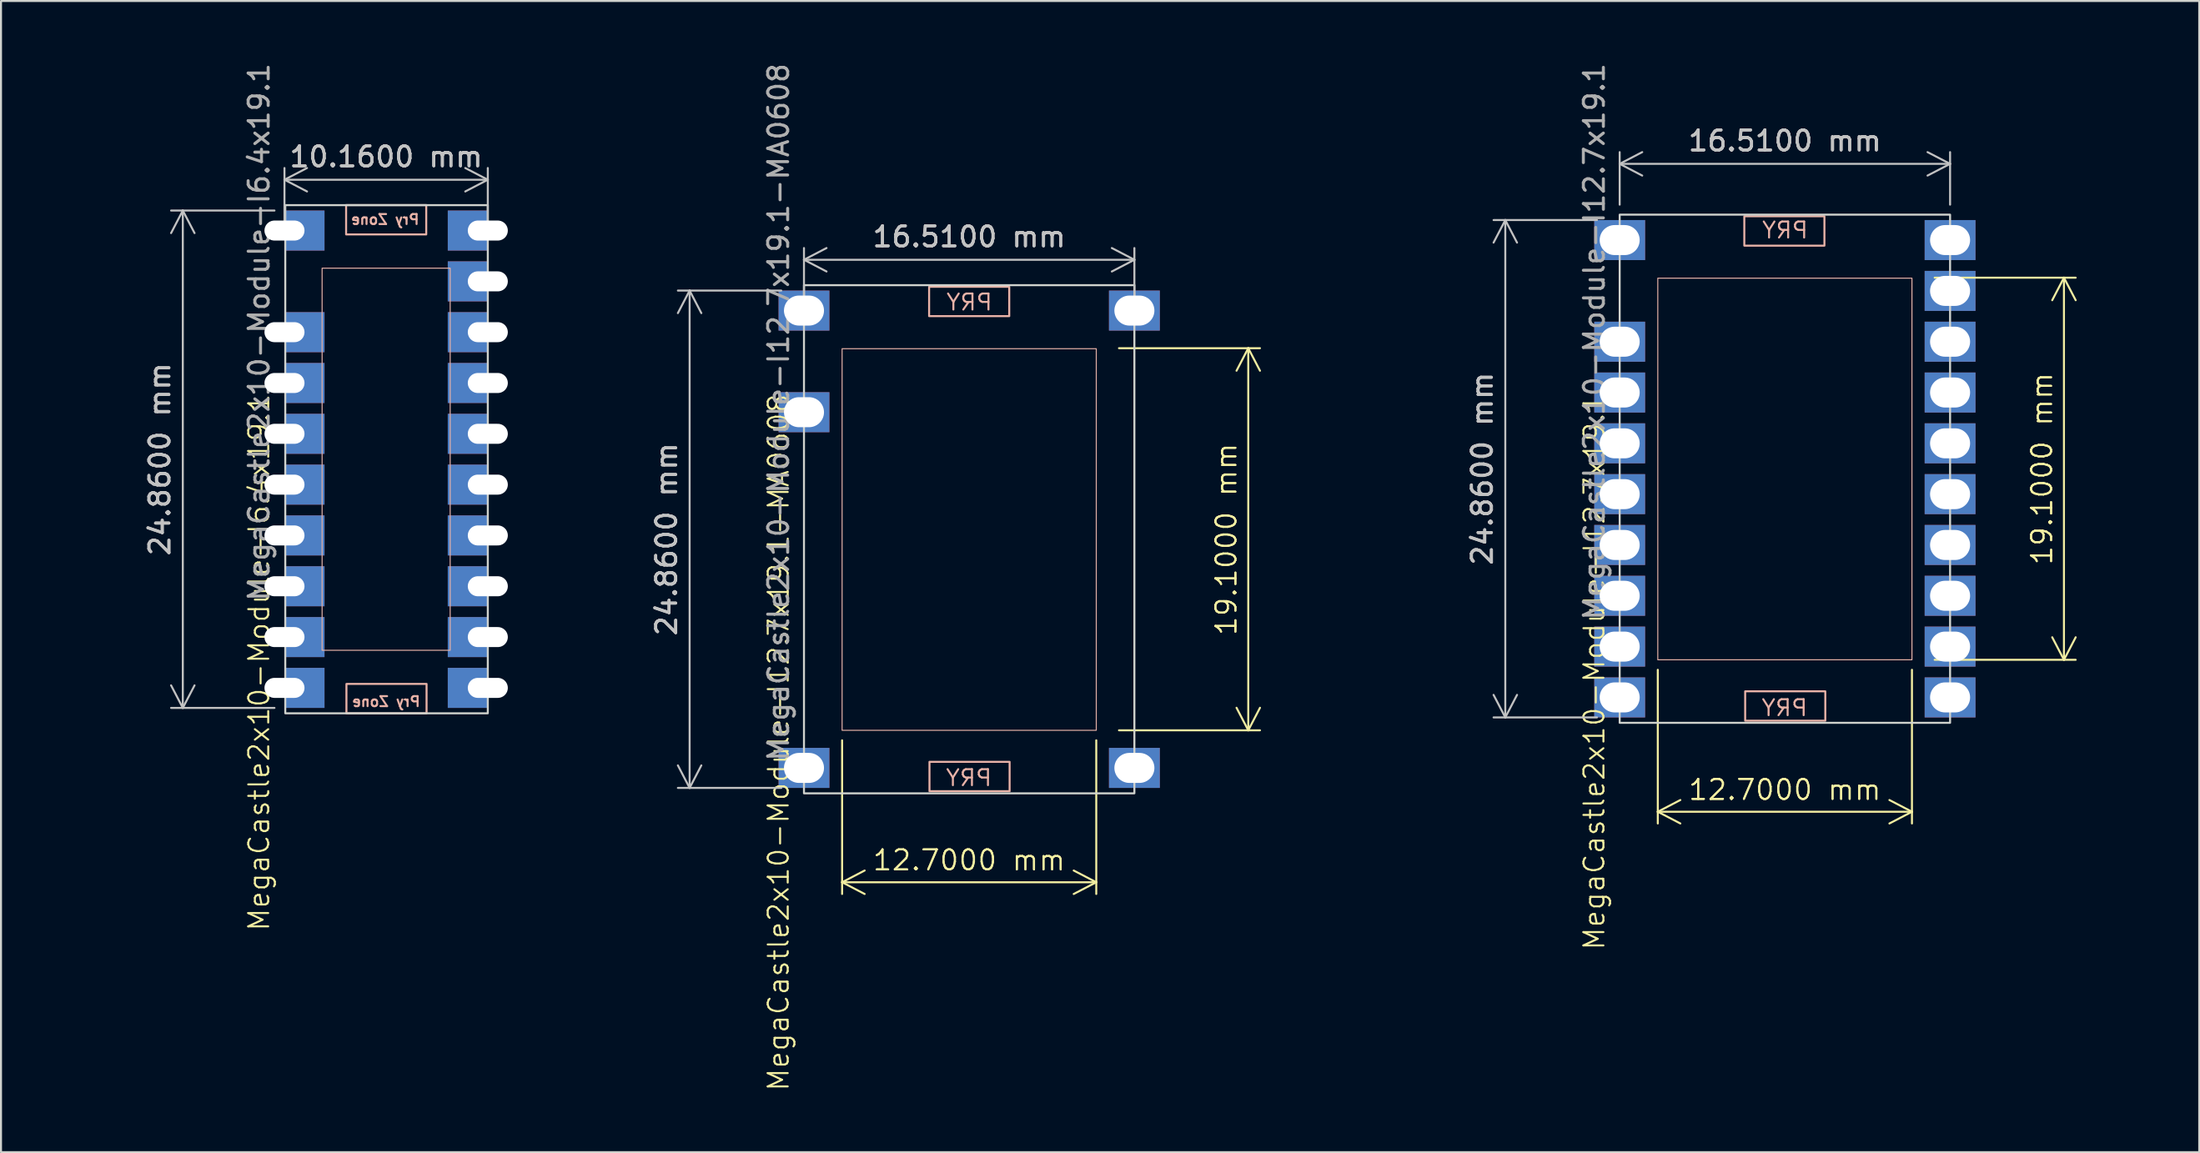
<source format=kicad_pcb>
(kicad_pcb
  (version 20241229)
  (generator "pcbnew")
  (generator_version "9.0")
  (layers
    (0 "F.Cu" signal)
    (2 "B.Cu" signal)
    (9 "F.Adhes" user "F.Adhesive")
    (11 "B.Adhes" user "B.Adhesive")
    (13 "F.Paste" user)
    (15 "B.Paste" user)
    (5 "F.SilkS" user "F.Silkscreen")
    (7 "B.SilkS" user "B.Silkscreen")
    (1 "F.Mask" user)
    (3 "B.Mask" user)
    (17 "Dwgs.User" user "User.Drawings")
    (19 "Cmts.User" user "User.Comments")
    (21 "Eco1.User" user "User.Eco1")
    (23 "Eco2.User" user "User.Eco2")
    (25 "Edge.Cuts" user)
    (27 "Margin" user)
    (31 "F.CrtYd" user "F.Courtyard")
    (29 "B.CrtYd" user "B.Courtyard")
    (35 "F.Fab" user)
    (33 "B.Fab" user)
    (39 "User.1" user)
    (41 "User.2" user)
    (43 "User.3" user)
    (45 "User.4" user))
  (footprint "MegaCastle2x10-Module-I12.7x19.1"
    (layer "F.Cu")
    (at 86.138 20.38)
    (property "Reference" "MegaCastle2x10-Module-I12.7x19.1" (at -9.525 10.16 90) (unlocked yes) (layer "F.SilkS") (effects (font (size 1 1) (thickness 0.1))))
    (attr smd)
    (fp_rect (start -6.35 9.55) (end 6.35 -9.525) (stroke (width 0.05) (type default)) (fill no) (layer "B.SilkS"))
    (fp_rect (start -2.027 -12.619) (end 1.976 -11.151) (stroke (width 0.1) (type default)) (fill no) (layer "B.SilkS"))
    (fp_rect (start -1.984 11.125) (end 2.02 12.594) (stroke (width 0.1) (type default)) (fill no) (layer "B.SilkS"))
    (fp_rect (start -8.255 -12.7) (end 8.255 12.7) (stroke (width 0.1) (type default)) (fill no) (layer "Edge.Cuts"))
    (fp_text user "PRY" (at 1.219 -11.455 0) (unlocked yes) (layer "B.SilkS") (effects (font (size 0.8 0.8) (thickness 0.1)) (justify left bottom mirror)))
    (fp_text user "PRY" (at 1.194 12.421 0) (unlocked yes) (layer "B.SilkS") (effects (font (size 0.8 0.8) (thickness 0.1)) (justify left bottom mirror)))
    (fp_text user "${REFERENCE}" (at -9.525 -6.35 90) (unlocked yes) (layer "F.Fab") (effects (font (size 1 1) (thickness 0.15))))
    (dimension (type aligned) (layer "F.SilkS") (pts (xy 79.788 29.93) (xy 92.488 29.93)) (height 7.595) (format (prefix "") (suffix "") (units 3) (units_format 1) (precision 4)) (style (thickness 0.1) (arrow_length 1.27) (text_position_mode 0) (arrow_direction outward) (extension_height 0.586) (extension_offset 0.5) (keep_text_aligned yes)) (gr_text "12.7000 mm" (at 86.138 36.425 0) (layer "F.SilkS") (effects (font (size 1 1) (thickness 0.1)))))
    (dimension (type aligned) (layer "F.SilkS") (pts (xy 93.123 29.93) (xy 93.123 10.83)) (height 6.96) (format (prefix "") (suffix "") (units 3) (units_format 1) (precision 4)) (style (thickness 0.1) (arrow_length 1.27) (text_position_mode 0) (arrow_direction outward) (extension_height 0.586) (extension_offset 0.5) (keep_text_aligned yes)) (gr_text "19.1000 mm" (at 98.983 20.38 90) (layer "F.SilkS") (effects (font (size 1 1) (thickness 0.1)))))
    (dimension (type aligned) (layer "Dwgs.User") (pts (xy 77.248 7.95) (xy 77.248 32.81)) (height 5.08) (format (prefix "") (suffix "") (units 3) (units_format 1) (precision 4)) (style (thickness 0.1) (arrow_length 1.27) (text_position_mode 0) (arrow_direction outward) (extension_height 0.586) (extension_offset 0.5) (keep_text_aligned yes)) (gr_text "24.8600 mm" (at 71.018 20.38 90) (layer "Dwgs.User") (effects (font (size 1 1) (thickness 0.15)))))
    (dimension (type aligned) (layer "Dwgs.User") (pts (xy 77.883 7.68) (xy 94.393 7.68)) (height -2.54) (format (prefix "") (suffix "") (units 3) (units_format 1) (precision 4)) (style (thickness 0.1) (arrow_length 1.27) (text_position_mode 0) (arrow_direction outward) (extension_height 0.586) (extension_offset 0.5) (keep_text_aligned yes)) (gr_text "16.5100 mm" (at 86.138 3.99 0) (layer "Dwgs.User") (effects (font (size 1 1) (thickness 0.15)))))
    (pad "1" thru_hole rect (at -8.255 -11.43) (size 2.54 2) (drill oval 2 1.5) (property pad_prop_castellated) (layers "*.Cu" "*.Mask"))
    (pad "3" thru_hole rect (at -8.255 -6.35) (size 2.54 2) (drill oval 2 1.5) (property pad_prop_castellated) (layers "*.Cu" "*.Mask"))
    (pad "4" thru_hole rect (at -8.255 -3.81) (size 2.54 2) (drill oval 2 1.5) (property pad_prop_castellated) (layers "*.Cu" "*.Mask"))
    (pad "5" thru_hole rect (at -8.255 -1.27) (size 2.54 2) (drill oval 2 1.5) (property pad_prop_castellated) (layers "*.Cu" "*.Mask"))
    (pad "6" thru_hole rect (at -8.255 1.27) (size 2.54 2) (drill oval 2 1.5) (property pad_prop_castellated) (layers "*.Cu" "*.Mask"))
    (pad "7" thru_hole rect (at -8.255 3.81) (size 2.54 2) (drill oval 2 1.5) (property pad_prop_castellated) (layers "*.Cu" "*.Mask"))
    (pad "8" thru_hole rect (at -8.255 6.35) (size 2.54 2) (drill oval 2 1.5) (property pad_prop_castellated) (layers "*.Cu" "*.Mask"))
    (pad "9" thru_hole rect (at -8.255 8.89) (size 2.54 2) (drill oval 2 1.5) (property pad_prop_castellated) (layers "*.Cu" "*.Mask"))
    (pad "10" thru_hole rect (at -8.255 11.43) (size 2.54 2) (drill oval 2 1.5) (property pad_prop_castellated) (layers "*.Cu" "*.Mask"))
    (pad "11" thru_hole rect (at 8.255 -11.43) (size 2.54 2) (drill oval 2 1.5) (property pad_prop_castellated) (layers "*.Cu" "*.Mask"))
    (pad "12" thru_hole rect (at 8.255 -8.89) (size 2.54 2) (drill oval 2 1.5) (property pad_prop_castellated) (layers "*.Cu" "*.Mask"))
    (pad "13" thru_hole rect (at 8.255 -6.35) (size 2.54 2) (drill oval 2 1.5) (property pad_prop_castellated) (layers "*.Cu" "*.Mask"))
    (pad "14" thru_hole rect (at 8.255 -3.81) (size 2.54 2) (drill oval 2 1.5) (property pad_prop_castellated) (layers "*.Cu" "*.Mask"))
    (pad "15" thru_hole rect (at 8.255 -1.27) (size 2.54 2) (drill oval 2 1.5) (property pad_prop_castellated) (layers "*.Cu" "*.Mask"))
    (pad "16" thru_hole rect (at 8.255 1.27) (size 2.54 2) (drill oval 2 1.5) (property pad_prop_castellated) (layers "*.Cu" "*.Mask"))
    (pad "17" thru_hole rect (at 8.255 3.81) (size 2.54 2) (drill oval 2 1.5) (property pad_prop_castellated) (layers "*.Cu" "*.Mask"))
    (pad "18" thru_hole rect (at 8.255 6.35) (size 2.54 2) (drill oval 2 1.5) (property pad_prop_castellated) (layers "*.Cu" "*.Mask"))
    (pad "19" thru_hole rect (at 8.255 8.89) (size 2.54 2) (drill oval 2 1.5) (property pad_prop_castellated) (layers "*.Cu" "*.Mask"))
    (pad "20" thru_hole rect (at 8.255 11.43) (size 2.54 2) (drill oval 2 1.5) (property pad_prop_castellated) (layers "*.Cu" "*.Mask"))
    (zone (net_name "") (layer "B.Cu") (hatch edge 0.5) (connect_pads) (min_thickness 0.25) (filled_areas_thickness no) (keepout (tracks allowed) (vias allowed) (pads allowed) (copperpour allowed) (footprints not_allowed)) (placement (enabled no)) (fill) (polygon (pts (xy 75.978 33.08) (xy 75.978 7.68) (xy 79.788 7.68) (xy 79.788 33.08))))
    (zone (net_name "") (layer "B.Cu") (name "Upper Pry Zone") (hatch edge 0.5) (connect_pads) (min_thickness 0.25) (filled_areas_thickness no) (keepout (tracks not_allowed) (vias not_allowed) (pads not_allowed) (copperpour allowed) (footprints not_allowed)) (placement (enabled no)) (fill) (polygon (pts (xy 84.14 9.138) (xy 84.137 7.675) (xy 88.143 7.68) (xy 88.13 9.141))))
    (zone (net_name "") (layer "B.Cu") (name "Lower Pry Zone") (hatch edge 0.5) (connect_pads) (min_thickness 0.25) (filled_areas_thickness no) (keepout (tracks not_allowed) (vias not_allowed) (pads not_allowed) (copperpour allowed) (footprints not_allowed)) (placement (enabled no)) (fill) (polygon (pts (xy 84.147 33.017) (xy 84.144 31.554) (xy 88.15 31.56) (xy 88.137 33.02))))
    (zone (net_name "") (layer "B.Cu") (hatch edge 0.5) (connect_pads) (min_thickness 0.25) (filled_areas_thickness no) (keepout (tracks allowed) (vias allowed) (pads allowed) (copperpour allowed) (footprints not_allowed)) (placement (enabled no)) (fill) (polygon (pts (xy 96.298 33.08) (xy 96.298 7.68) (xy 92.488 7.68) (xy 92.488 33.08))))
    (zone (net_name "") (layer "B.Cu") (hatch edge 0.5) (connect_pads) (min_thickness 0.25) (filled_areas_thickness no) (keepout (tracks allowed) (vias allowed) (pads allowed) (copperpour allowed) (footprints not_allowed)) (placement (enabled no)) (fill) (polygon (pts (xy 79.788 7.68) (xy 79.788 10.63) (xy 92.488 10.65) (xy 92.488 7.68) (xy 88.143 7.68) (xy 88.13 9.141) (xy 84.14 9.138) (xy 84.137 7.675))))
    (zone (net_name "") (layer "B.Cu") (hatch edge 0.5) (connect_pads) (min_thickness 0.25) (filled_areas_thickness no) (keepout (tracks allowed) (vias allowed) (pads allowed) (copperpour allowed) (footprints not_allowed)) (placement (enabled no)) (fill) (polygon (pts (xy 79.788 33.08) (xy 79.788 30.062) (xy 92.488 30.041) (xy 92.488 33.08) (xy 88.146 33.011) (xy 88.134 31.551) (xy 84.144 31.554) (xy 84.14 33.017)))))
  (footprint "MegaCastle2x10-Module-I12.7x19.1-MA0608"
    (layer "F.Cu")
    (at 45.379 23.904)
    (property "Reference" "MegaCastle2x10-Module-I12.7x19.1-MA0608" (at -9.525 10.16 90) (unlocked yes) (layer "F.SilkS") (effects (font (size 1 1) (thickness 0.1))))
    (attr smd)
    (fp_rect (start -6.35 9.55) (end 6.35 -9.525) (stroke (width 0.05) (type default)) (fill no) (layer "B.SilkS"))
    (fp_rect (start -2.002 -12.619) (end 2.002 -11.151) (stroke (width 0.1) (type default)) (fill no) (layer "B.SilkS"))
    (fp_rect (start -1.984 11.125) (end 2.02 12.594) (stroke (width 0.1) (type default)) (fill no) (layer "B.SilkS"))
    (fp_rect (start -8.255 -12.7) (end 8.255 12.7) (stroke (width 0.1) (type default)) (fill no) (layer "Edge.Cuts"))
    (fp_text user "PRY" (at 1.219 -11.379 0) (unlocked yes) (layer "B.SilkS") (effects (font (size 0.8 0.8) (thickness 0.1)) (justify left bottom mirror)))
    (fp_text user "PRY" (at 1.194 12.395 0) (unlocked yes) (layer "B.SilkS") (effects (font (size 0.8 0.8) (thickness 0.1)) (justify left bottom mirror)))
    (fp_text user "${REFERENCE}" (at -9.525 -6.35 90) (unlocked yes) (layer "F.Fab") (effects (font (size 1 1) (thickness 0.15))))
    (dimension (type aligned) (layer "F.SilkS") (pts (xy 39.029 33.454) (xy 51.729 33.454)) (height 7.595) (format (prefix "") (suffix "") (units 3) (units_format 1) (precision 4)) (style (thickness 0.1) (arrow_length 1.27) (text_position_mode 0) (arrow_direction outward) (extension_height 0.586) (extension_offset 0.5) (keep_text_aligned yes)) (gr_text "12.7000 mm" (at 45.379 39.949 0) (layer "F.SilkS") (effects (font (size 1 1) (thickness 0.1)))))
    (dimension (type aligned) (layer "F.SilkS") (pts (xy 52.364 33.454) (xy 52.364 14.354)) (height 6.96) (format (prefix "") (suffix "") (units 3) (units_format 1) (precision 4)) (style (thickness 0.1) (arrow_length 1.27) (text_position_mode 0) (arrow_direction outward) (extension_height 0.586) (extension_offset 0.5) (keep_text_aligned yes)) (gr_text "19.1000 mm" (at 58.224 23.904 90) (layer "F.SilkS") (effects (font (size 1 1) (thickness 0.1)))))
    (dimension (type aligned) (layer "Dwgs.User") (pts (xy 36.489 11.474) (xy 36.489 36.334)) (height 5.08) (format (prefix "") (suffix "") (units 3) (units_format 1) (precision 4)) (style (thickness 0.1) (arrow_length 1.27) (text_position_mode 0) (arrow_direction outward) (extension_height 0.586) (extension_offset 0.5) (keep_text_aligned yes)) (gr_text "24.8600 mm" (at 30.259 23.904 90) (layer "Dwgs.User") (effects (font (size 1 1) (thickness 0.15)))))
    (dimension (type aligned) (layer "Dwgs.User") (pts (xy 37.124 12.474) (xy 53.634 12.474)) (height -2.54) (format (prefix "") (suffix "") (units 3) (units_format 1) (precision 4)) (style (thickness 0.1) (arrow_length 1.27) (text_position_mode 0) (arrow_direction outward) (extension_height 0.586) (extension_offset 0.5) (keep_text_aligned yes)) (gr_text "16.5100 mm" (at 45.379 8.784 0) (layer "Dwgs.User") (effects (font (size 1 1) (thickness 0.15)))))
    (pad "1" thru_hole rect (at -8.255 -11.43) (size 2.54 2) (drill oval 2 1.5) (property pad_prop_castellated) (layers "*.Cu" "*.Mask"))
    (pad "3" thru_hole rect (at -8.255 -6.35) (size 2.54 2) (drill oval 2 1.5) (property pad_prop_castellated) (layers "*.Cu" "*.Mask"))
    (pad "10" thru_hole rect (at -8.255 11.43) (size 2.54 2) (drill oval 2 1.5) (property pad_prop_castellated) (layers "*.Cu" "*.Mask"))
    (pad "11" thru_hole rect (at 8.255 -11.43) (size 2.54 2) (drill oval 2 1.5) (property pad_prop_castellated) (layers "*.Cu" "*.Mask"))
    (pad "20" thru_hole rect (at 8.255 11.43) (size 2.54 2) (drill oval 2 1.5) (property pad_prop_castellated) (layers "*.Cu" "*.Mask"))
    (zone (net_name "") (layer "B.Cu") (hatch edge 0.5) (connect_pads) (min_thickness 0.25) (filled_areas_thickness no) (keepout (tracks allowed) (vias allowed) (pads allowed) (copperpour allowed) (footprints not_allowed)) (placement (enabled no)) (fill) (polygon (pts (xy 35.219 36.604) (xy 35.219 11.204) (xy 39.029 11.204) (xy 39.029 36.604))))
    (zone (net_name "") (layer "B.Cu") (name "Upper Pry Zone") (hatch edge 0.5) (connect_pads) (min_thickness 0.25) (filled_areas_thickness no) (keepout (tracks not_allowed) (vias not_allowed) (pads not_allowed) (copperpour allowed) (footprints not_allowed)) (placement (enabled no)) (fill) (polygon (pts (xy 43.381 12.662) (xy 43.378 11.198) (xy 47.384 11.204) (xy 47.371 12.665))))
    (zone (net_name "") (layer "B.Cu") (name "Lower Pry Zone") (hatch edge 0.5) (connect_pads) (min_thickness 0.25) (filled_areas_thickness no) (keepout (tracks not_allowed) (vias not_allowed) (pads not_allowed) (copperpour allowed) (footprints not_allowed)) (placement (enabled no)) (fill) (polygon (pts (xy 43.388 36.541) (xy 43.385 35.078) (xy 47.391 35.084) (xy 47.378 36.544))))
    (zone (net_name "") (layer "B.Cu") (hatch edge 0.5) (connect_pads) (min_thickness 0.25) (filled_areas_thickness no) (keepout (tracks allowed) (vias allowed) (pads allowed) (copperpour allowed) (footprints not_allowed)) (placement (enabled no)) (fill) (polygon (pts (xy 55.539 36.604) (xy 55.539 11.204) (xy 51.729 11.204) (xy 51.729 36.604))))
    (zone (net_name "") (layer "B.Cu") (hatch edge 0.5) (connect_pads) (min_thickness 0.25) (filled_areas_thickness no) (keepout (tracks allowed) (vias allowed) (pads allowed) (copperpour allowed) (footprints not_allowed)) (placement (enabled no)) (fill) (polygon (pts (xy 39.029 11.204) (xy 39.029 14.154) (xy 51.729 14.174) (xy 51.729 11.204) (xy 47.384 11.204) (xy 47.371 12.665) (xy 43.381 12.662) (xy 43.378 11.198))))
    (zone (net_name "") (layer "B.Cu") (hatch edge 0.5) (connect_pads) (min_thickness 0.25) (filled_areas_thickness no) (keepout (tracks allowed) (vias allowed) (pads allowed) (copperpour allowed) (footprints not_allowed)) (placement (enabled no)) (fill) (polygon (pts (xy 39.029 36.604) (xy 39.029 33.586) (xy 51.729 33.565) (xy 51.729 36.604) (xy 47.387 36.535) (xy 47.375 35.075) (xy 43.385 35.078) (xy 43.381 36.541)))))
  (footprint "MegaCastle2x10-Module-I6.4x19.1"
    (layer "F.Cu")
    (at 16.245 19.904)
    (property "Reference" "MegaCastle2x10-Module-I6.4x19.1" (at -6.35 10.16 90) (unlocked yes) (layer "F.SilkS") (effects (font (size 1 1) (thickness 0.1))))
    (attr smd)
    (fp_rect (start -3.2 9.55) (end 3.2 -9.55) (stroke (width 0.05) (type default)) (fill no) (layer "B.SilkS"))
    (fp_rect (start -2 -12.704) (end 2.004 -11.236) (stroke (width 0.1) (type default)) (fill no) (layer "B.SilkS"))
    (fp_rect (start -1.984 11.231) (end 2.02 12.7) (stroke (width 0.1) (type default)) (fill no) (layer "B.SilkS"))
    (fp_rect (start -5.04 -12.7) (end 5.08 12.7) (stroke (width 0.1) (type default)) (fill no) (layer "Edge.Cuts"))
    (fp_text user "Pry Zone" (at 1.705 -11.689 0) (unlocked yes) (layer "B.SilkS") (effects (font (size 0.5 0.5) (thickness 0.1)) (justify left bottom mirror)))
    (fp_text user "Pry Zone" (at 1.756 12.409 0) (unlocked yes) (layer "B.SilkS") (effects (font (size 0.5 0.5) (thickness 0.1)) (justify left bottom mirror)))
    (fp_text user "${REFERENCE}" (at -6.35 -6.35 90) (unlocked yes) (layer "F.Fab") (effects (font (size 1 1) (thickness 0.15))))
    (dimension (type aligned) (layer "Dwgs.User") (pts (xy 11.165 8.474) (xy 21.325 8.474)) (height -2.54) (format (prefix "") (suffix "") (units 3) (units_format 1) (precision 4)) (style (thickness 0.1) (arrow_length 1.27) (text_position_mode 0) (arrow_direction outward) (extension_height 0.586) (extension_offset 0.5) (keep_text_aligned yes)) (gr_text "10.1600 mm" (at 16.245 4.784 0) (layer "Dwgs.User") (effects (font (size 1 1) (thickness 0.15)))))
    (dimension (type aligned) (layer "Dwgs.User") (pts (xy 11.165 7.474) (xy 11.165 32.334)) (height 5.08) (format (prefix "") (suffix "") (units 3) (units_format 1) (precision 4)) (style (thickness 0.1) (arrow_length 1.27) (text_position_mode 0) (arrow_direction outward) (extension_height 0.586) (extension_offset 0.5) (keep_text_aligned yes)) (gr_text "24.8600 mm" (at 4.935 19.904 90) (layer "Dwgs.User") (effects (font (size 1 1) (thickness 0.15)))))
    (pad "1" thru_hole rect (at -5.08 -11.43) (size 2 2) (drill oval 2 1 (offset 1 0)) (property pad_prop_castellated) (layers "*.Cu" "*.Mask"))
    (pad "3" thru_hole rect (at -5.08 -6.35) (size 2 2) (drill oval 2 1 (offset 1 0)) (property pad_prop_castellated) (layers "*.Cu" "*.Mask"))
    (pad "4" thru_hole rect (at -5.08 -3.81) (size 2 2) (drill oval 2 1 (offset 1 0)) (property pad_prop_castellated) (layers "*.Cu" "*.Mask"))
    (pad "5" thru_hole rect (at -5.08 -1.27) (size 2 2) (drill oval 2 1 (offset 1 0)) (property pad_prop_castellated) (layers "*.Cu" "*.Mask"))
    (pad "6" thru_hole rect (at -5.08 1.27) (size 2 2) (drill oval 2 1 (offset 1 0)) (property pad_prop_castellated) (layers "*.Cu" "*.Mask"))
    (pad "7" thru_hole rect (at -5.08 3.81) (size 2 2) (drill oval 2 1 (offset 1 0)) (property pad_prop_castellated) (layers "*.Cu" "*.Mask"))
    (pad "8" thru_hole rect (at -5.08 6.35) (size 2 2) (drill oval 2 1 (offset 1 0)) (property pad_prop_castellated) (layers "*.Cu" "*.Mask"))
    (pad "9" thru_hole rect (at -5.08 8.89) (size 2 2) (drill oval 2 1 (offset 1 0)) (property pad_prop_castellated) (layers "*.Cu" "*.Mask"))
    (pad "10" thru_hole rect (at -5.08 11.43) (size 2 2) (drill oval 2 1 (offset 1 0)) (property pad_prop_castellated) (layers "*.Cu" "*.Mask"))
    (pad "11" thru_hole rect (at 5.08 -11.43) (size 2 2) (drill oval 2 1 (offset -1 0)) (property pad_prop_castellated) (layers "*.Cu" "*.Mask"))
    (pad "12" thru_hole rect (at 5.08 -8.89) (size 2 2) (drill oval 2 1 (offset -1 0)) (property pad_prop_castellated) (layers "*.Cu" "*.Mask"))
    (pad "13" thru_hole rect (at 5.08 -6.35) (size 2 2) (drill oval 2 1 (offset -1 0)) (property pad_prop_castellated) (layers "*.Cu" "*.Mask"))
    (pad "14" thru_hole rect (at 5.08 -3.81) (size 2 2) (drill oval 2 1 (offset -1 0)) (property pad_prop_castellated) (layers "*.Cu" "*.Mask"))
    (pad "15" thru_hole rect (at 5.08 -1.27) (size 2 2) (drill oval 2 1 (offset -1 0)) (property pad_prop_castellated) (layers "*.Cu" "*.Mask"))
    (pad "16" thru_hole rect (at 5.08 1.27) (size 2 2) (drill oval 2 1 (offset -1 0)) (property pad_prop_castellated) (layers "*.Cu" "*.Mask"))
    (pad "17" thru_hole rect (at 5.08 3.81) (size 2 2) (drill oval 2 1 (offset -1 0)) (property pad_prop_castellated) (layers "*.Cu" "*.Mask"))
    (pad "18" thru_hole rect (at 5.08 6.35) (size 2 2) (drill oval 2 1 (offset -1 0)) (property pad_prop_castellated) (layers "*.Cu" "*.Mask"))
    (pad "19" thru_hole rect (at 5.08 8.89) (size 2 2) (drill oval 2 1 (offset -1 0)) (property pad_prop_castellated) (layers "*.Cu" "*.Mask"))
    (pad "20" thru_hole rect (at 5.08 11.43) (size 2 2) (drill oval 2 1 (offset -1 0)) (property pad_prop_castellated) (layers "*.Cu" "*.Mask"))
    (zone (net_name "") (layer "B.Cu") (hatch edge 0.5) (connect_pads) (min_thickness 0.25) (filled_areas_thickness no) (keepout (tracks allowed) (vias allowed) (pads allowed) (copperpour allowed) (footprints not_allowed)) (placement (enabled no)) (fill) (polygon (pts (xy 11.117 17.009) (xy 11.127 10.147) (xy 12.863 10.147) (xy 12.848 17.009))))
    (zone (net_name "") (layer "B.Cu") (name "Upper Pry Zone") (hatch edge 0.5) (connect_pads) (min_thickness 0.25) (filled_areas_thickness no) (keepout (tracks not_allowed) (vias not_allowed) (pads not_allowed) (copperpour allowed) (footprints not_allowed)) (placement (enabled no)) (fill) (polygon (pts (xy 14.246 8.662) (xy 14.243 7.198) (xy 18.249 7.204) (xy 18.237 8.665))))
    (zone (net_name "") (layer "B.Cu") (name "Lower Pry Zone") (hatch edge 0.5) (connect_pads) (min_thickness 0.25) (filled_areas_thickness no) (keepout (tracks not_allowed) (vias not_allowed) (pads not_allowed) (copperpour allowed) (footprints not_allowed)) (placement (enabled no)) (fill) (polygon (pts (xy 14.254 32.541) (xy 14.25 31.078) (xy 18.256 31.084) (xy 18.244 32.544))))
    (zone (net_name "") (layer "B.Cu") (hatch edge 0.5) (connect_pads) (min_thickness 0.25) (filled_areas_thickness no) (keepout (tracks allowed) (vias allowed) (pads allowed) (copperpour allowed) (footprints not_allowed)) (placement (enabled no)) (fill) (polygon (pts (xy 21.354 16.968) (xy 21.386 10.169) (xy 19.66 10.156) (xy 19.65 16.978))))
    (zone (net_name "") (layer "B.Cu") (hatch edge 0.5) (connect_pads) (min_thickness 0.25) (filled_areas_thickness no) (keepout (tracks allowed) (vias allowed) (pads allowed) (copperpour allowed) (footprints not_allowed)) (placement (enabled no)) (fill) (polygon (pts (xy 21.354 29.668) (xy 21.386 22.869) (xy 19.66 22.856) (xy 19.65 29.678))))
    (zone (net_name "") (layer "B.Cu") (hatch edge 0.5) (connect_pads) (min_thickness 0.25) (filled_areas_thickness no) (keepout (tracks allowed) (vias allowed) (pads allowed) (copperpour allowed) (footprints not_allowed)) (placement (enabled no)) (fill) (polygon (pts (xy 11.165 7.204) (xy 11.152 10.154) (xy 21.35 10.174) (xy 21.325 7.204) (xy 18.249 7.204) (xy 18.237 8.665) (xy 14.246 8.662) (xy 14.243 7.198))))
    (zone (net_name "") (layer "B.Cu") (hatch edge 0.5) (connect_pads) (min_thickness 0.25) (filled_areas_thickness no) (keepout (tracks allowed) (vias allowed) (pads allowed) (copperpour allowed) (footprints not_allowed)) (placement (enabled no)) (fill) (polygon (pts (xy 11.168 32.536) (xy 11.156 29.586) (xy 21.354 29.565) (xy 21.328 32.536) (xy 18.253 32.535) (xy 18.24 31.075) (xy 14.25 31.078) (xy 14.247 32.541)))))
  (gr_rect
    (start -3 -3)
    (end 106.843 54.542)
    (stroke (width 0.1) (type default))
    (fill no)
    (layer "Edge.Cuts")))
</source>
